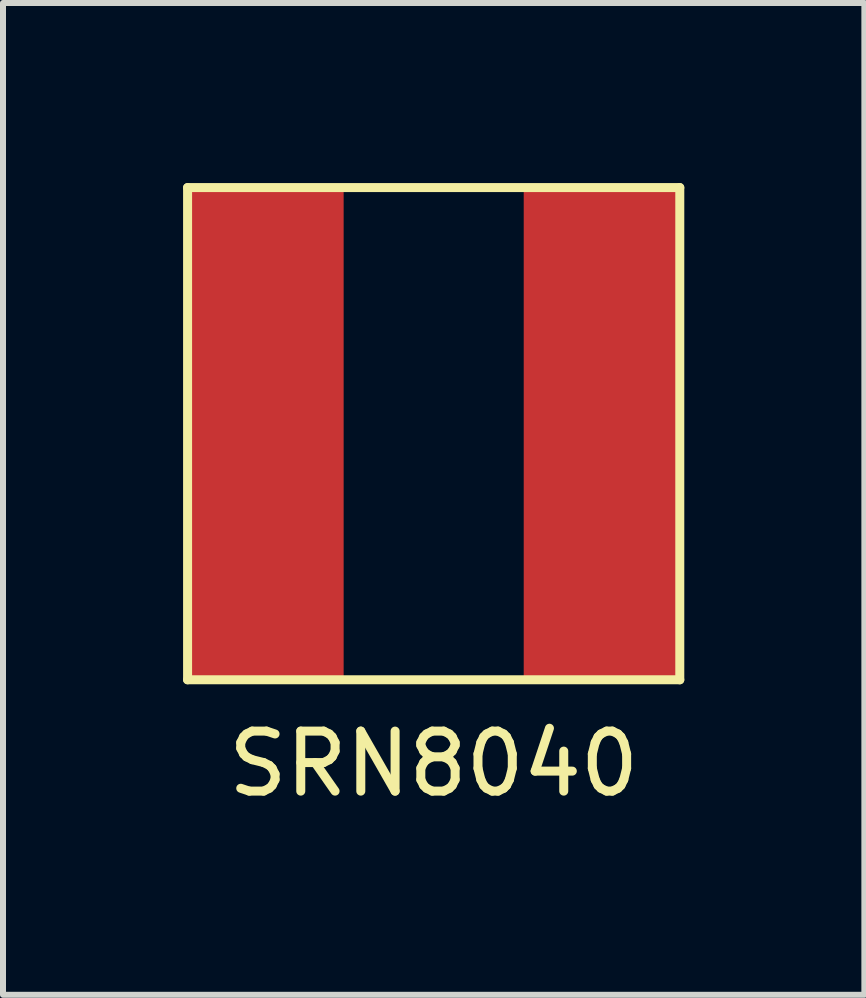
<source format=kicad_pcb>
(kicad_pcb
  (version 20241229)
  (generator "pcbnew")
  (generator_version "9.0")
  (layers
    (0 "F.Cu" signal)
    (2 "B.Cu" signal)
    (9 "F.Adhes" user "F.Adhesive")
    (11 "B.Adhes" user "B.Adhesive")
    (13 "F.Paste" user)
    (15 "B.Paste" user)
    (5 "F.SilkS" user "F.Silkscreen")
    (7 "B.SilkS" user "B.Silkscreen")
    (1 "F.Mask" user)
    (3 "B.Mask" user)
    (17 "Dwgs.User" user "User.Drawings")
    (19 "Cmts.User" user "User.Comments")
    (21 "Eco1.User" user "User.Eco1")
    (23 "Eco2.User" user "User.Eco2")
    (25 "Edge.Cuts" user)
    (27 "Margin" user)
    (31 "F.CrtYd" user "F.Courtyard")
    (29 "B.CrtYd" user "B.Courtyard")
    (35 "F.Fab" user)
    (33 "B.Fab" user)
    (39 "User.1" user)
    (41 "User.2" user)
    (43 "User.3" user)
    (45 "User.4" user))
  (footprint "SRN8040"
    (layer "F.Cu")
    (at 4.175 4.175)
    (property "Reference" "SRN8040" (at 0 5.5 0) (layer "F.SilkS") (effects (font (size 1 1) (thickness 0.15))))
    (attr through_hole)
    (fp_line (start -4.1 -4.1) (end -4.1 4.1) (stroke (width 0.15) (type solid)) (layer "F.SilkS"))
    (fp_line (start -4.1 4.1) (end 4.1 4.1) (stroke (width 0.15) (type solid)) (layer "F.SilkS"))
    (fp_line (start 4.1 -4.1) (end -4.1 -4.1) (stroke (width 0.15) (type solid)) (layer "F.SilkS"))
    (fp_line (start 4.1 4.1) (end 4.1 -4.1) (stroke (width 0.15) (type solid)) (layer "F.SilkS"))
    (pad "1" smd rect (at -2.8 0) (size 2.6 8.2) (layers "F.Cu" "F.Mask" "F.Paste"))
    (pad "2" smd rect (at 2.8 0) (size 2.6 8.2) (layers "F.Cu" "F.Mask" "F.Paste")))
  (gr_rect
    (start -3 -3)
    (end 11.35 13.523)
    (stroke (width 0.1) (type default))
    (fill no)
    (layer "Edge.Cuts")))
</source>
